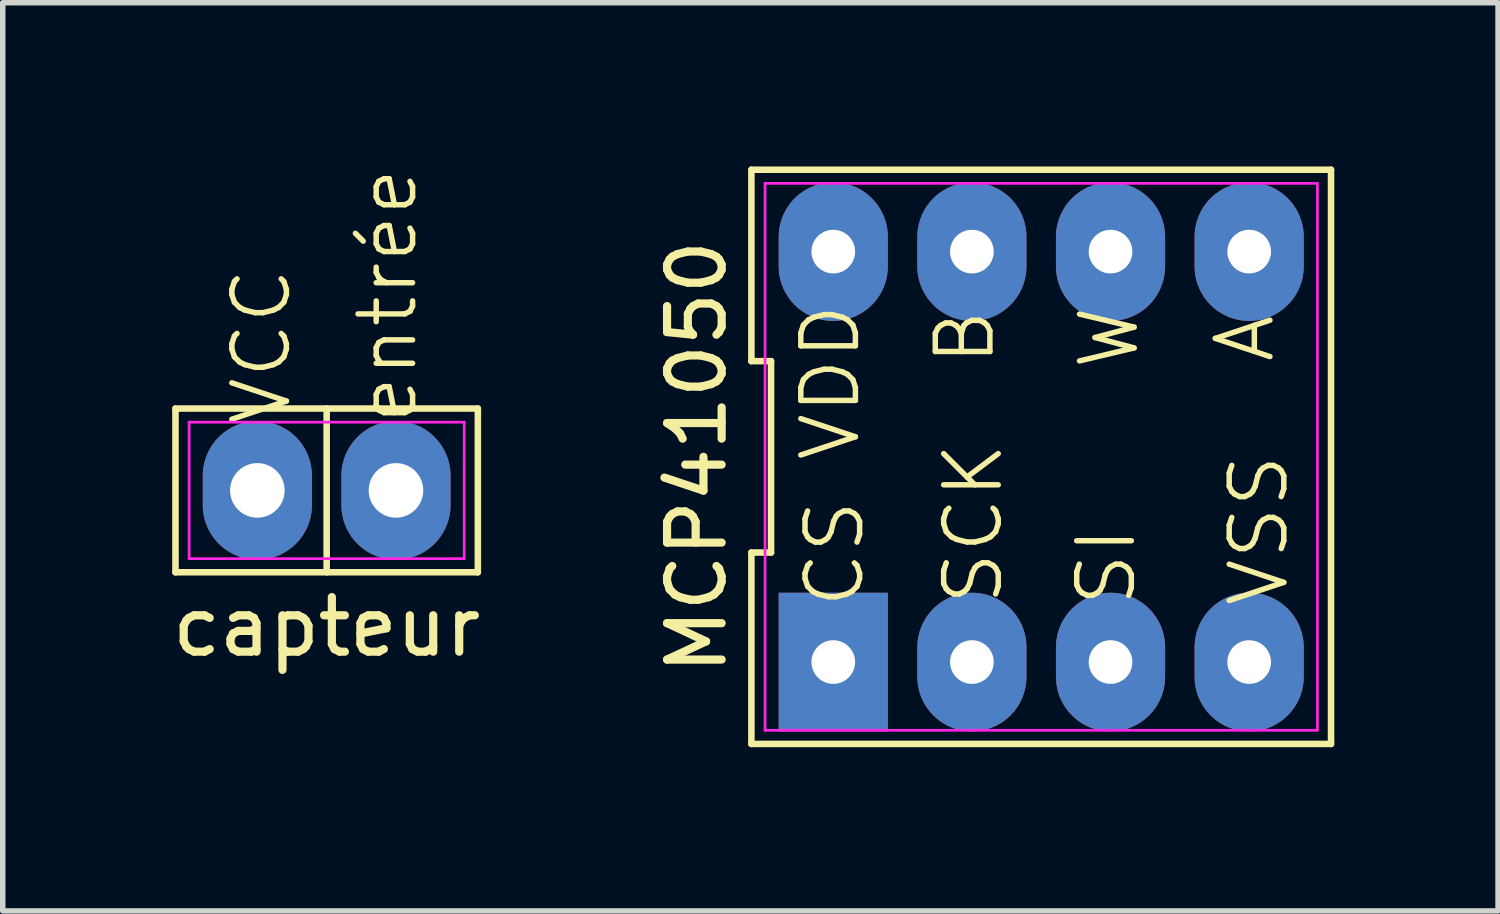
<source format=kicad_pcb>
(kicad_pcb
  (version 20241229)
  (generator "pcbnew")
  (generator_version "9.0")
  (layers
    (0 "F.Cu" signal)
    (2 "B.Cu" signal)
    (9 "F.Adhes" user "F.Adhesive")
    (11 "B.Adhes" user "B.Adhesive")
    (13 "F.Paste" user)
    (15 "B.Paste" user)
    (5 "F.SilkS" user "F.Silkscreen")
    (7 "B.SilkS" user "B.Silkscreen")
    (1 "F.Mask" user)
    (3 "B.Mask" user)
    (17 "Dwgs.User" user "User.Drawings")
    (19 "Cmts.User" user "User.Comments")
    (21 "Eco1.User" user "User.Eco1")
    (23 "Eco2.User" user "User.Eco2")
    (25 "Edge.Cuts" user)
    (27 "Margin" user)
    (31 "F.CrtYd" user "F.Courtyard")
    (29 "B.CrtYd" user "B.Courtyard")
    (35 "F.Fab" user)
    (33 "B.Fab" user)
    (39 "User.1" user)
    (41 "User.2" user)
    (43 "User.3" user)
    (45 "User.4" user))
  (footprint "MCP41050"
    (layer "F.Cu")
    (at 16.027 5.32)
    (property "Reference" "MCP41050" (at -6.31 0 90) (layer "F.SilkS") (effects (font (size 1 1) (thickness 0.15))))
    (attr through_hole)
    (fp_line (start -5.31 -5.26) (end -5.31 -1.753) (stroke (width 0.12) (type default)) (layer "F.SilkS"))
    (fp_line (start -5.31 -1.753) (end -4.95 -1.753) (stroke (width 0.12) (type default)) (layer "F.SilkS"))
    (fp_line (start -5.31 1.753) (end -5.31 5.26) (stroke (width 0.12) (type default)) (layer "F.SilkS"))
    (fp_line (start -5.31 5.26) (end 5.31 5.26) (stroke (width 0.12) (type default)) (layer "F.SilkS"))
    (fp_line (start -4.95 -1.753) (end -4.95 1.753) (stroke (width 0.12) (type default)) (layer "F.SilkS"))
    (fp_line (start -4.95 1.753) (end -5.31 1.753) (stroke (width 0.12) (type default)) (layer "F.SilkS"))
    (fp_line (start 5.31 -5.26) (end -5.31 -5.26) (stroke (width 0.12) (type default)) (layer "F.SilkS"))
    (fp_line (start 5.31 5.26) (end 5.31 -5.26) (stroke (width 0.12) (type default)) (layer "F.SilkS"))
    (fp_line (start -5.06 -5.01) (end 5.06 -5.01) (stroke (width 0.05) (type default)) (layer "F.CrtYd"))
    (fp_line (start -5.06 5.01) (end -5.06 -5.01) (stroke (width 0.05) (type default)) (layer "F.CrtYd"))
    (fp_line (start 5.06 -5.01) (end 5.06 5.01) (stroke (width 0.05) (type default)) (layer "F.CrtYd"))
    (fp_line (start 5.06 5.01) (end -5.06 5.01) (stroke (width 0.05) (type default)) (layer "F.CrtYd"))
    (fp_text user "W" (at 1.829 -1.549 90) (unlocked yes) (layer "F.SilkS") (effects (font (size 1 1) (thickness 0.1)) (justify left bottom)))
    (fp_text user "B" (at -0.813 -1.626 90) (unlocked yes) (layer "F.SilkS") (effects (font (size 1 1) (thickness 0.1)) (justify left bottom)))
    (fp_text user "A" (at 4.318 -1.676 90) (unlocked yes) (layer "F.SilkS") (effects (font (size 1 1) (thickness 0.1)) (justify left bottom)))
    (fp_text user "VSS" (at 4.572 2.794 90) (unlocked yes) (layer "F.SilkS") (effects (font (size 1 1) (thickness 0.1)) (justify left bottom)))
    (fp_text user "CS" (at -3.2 2.819 90) (unlocked yes) (layer "F.SilkS") (effects (font (size 1 1) (thickness 0.1)) (justify left bottom)))
    (fp_text user "SI" (at 1.778 2.794 90) (unlocked yes) (layer "F.SilkS") (effects (font (size 1 1) (thickness 0.1)) (justify left bottom)))
    (fp_text user "VDD" (at -3.277 0.127 90) (unlocked yes) (layer "F.SilkS") (effects (font (size 1 1) (thickness 0.1)) (justify left bottom)))
    (fp_text user "SCK" (at -0.66 2.769 90) (unlocked yes) (layer "F.SilkS") (effects (font (size 1 1) (thickness 0.1)) (justify left bottom)))
    (pad "1" thru_hole rect (at -3.81 3.76) (size 2 2.54) (drill 0.8) (layers "*.Cu" "*.Mask"))
    (pad "2" thru_hole oval (at -1.27 3.76) (size 2 2.54) (drill 0.8) (layers "*.Cu" "*.Mask"))
    (pad "3" thru_hole oval (at 1.27 3.76) (size 2 2.54) (drill 0.8) (layers "*.Cu" "*.Mask"))
    (pad "4" thru_hole oval (at 3.81 3.76) (size 2 2.54) (drill 0.8) (layers "*.Cu" "*.Mask"))
    (pad "5" thru_hole oval (at 3.81 -3.76) (size 2 2.54) (drill 0.8) (layers "*.Cu" "*.Mask"))
    (pad "6" thru_hole oval (at 1.27 -3.76) (size 2 2.54) (drill 0.8) (layers "*.Cu" "*.Mask"))
    (pad "7" thru_hole oval (at -1.27 -3.76) (size 2 2.54) (drill 0.8) (layers "*.Cu" "*.Mask"))
    (pad "8" thru_hole oval (at -3.81 -3.76) (size 2 2.54) (drill 0.8) (layers "*.Cu" "*.Mask")))
  (footprint "capteur"
    (layer "F.Cu")
    (at 2.935 5.935)
    (property "Reference" "capteur" (at 0 2.5 0) (layer "F.SilkS") (effects (font (size 1 1) (thickness 0.15))))
    (attr through_hole)
    (fp_line (start -2.77 -1.5) (end 2.77 -1.5) (stroke (width 0.12) (type default)) (layer "F.SilkS"))
    (fp_line (start -2.77 1.5) (end -2.77 -1.5) (stroke (width 0.12) (type default)) (layer "F.SilkS"))
    (fp_line (start 0 -1.5) (end 0 1.5) (stroke (width 0.12) (type default)) (layer "F.SilkS"))
    (fp_line (start 2.77 -1.5) (end 2.77 1.5) (stroke (width 0.12) (type default)) (layer "F.SilkS"))
    (fp_line (start 2.77 1.5) (end -2.77 1.5) (stroke (width 0.12) (type default)) (layer "F.SilkS"))
    (fp_line (start -2.52 -1.25) (end 2.52 -1.25) (stroke (width 0.05) (type default)) (layer "F.CrtYd"))
    (fp_line (start -2.52 1.25) (end -2.52 -1.25) (stroke (width 0.05) (type default)) (layer "F.CrtYd"))
    (fp_line (start 2.52 -1.25) (end 2.52 1.25) (stroke (width 0.05) (type default)) (layer "F.CrtYd"))
    (fp_line (start 2.52 1.25) (end -2.52 1.25) (stroke (width 0.05) (type default)) (layer "F.CrtYd"))
    (fp_text user "VCC" (at -0.61 -1.143 90) (unlocked yes) (layer "F.SilkS") (effects (font (size 1 1) (thickness 0.1)) (justify left bottom)))
    (fp_text user "entrée" (at 1.702 -1.168 90) (unlocked yes) (layer "F.SilkS") (effects (font (size 1 1) (thickness 0.1)) (justify left bottom)))
    (pad "1" thru_hole oval (at -1.27 0) (size 2 2.54) (drill 1) (layers "*.Cu" "*.Mask"))
    (pad "2" thru_hole oval (at 1.27 0) (size 2 2.54) (drill 1) (layers "*.Cu" "*.Mask")))
  (gr_rect
    (start -3 -3)
    (end 24.397 13.64)
    (stroke (width 0.1) (type default))
    (fill no)
    (layer "Edge.Cuts")))
</source>
